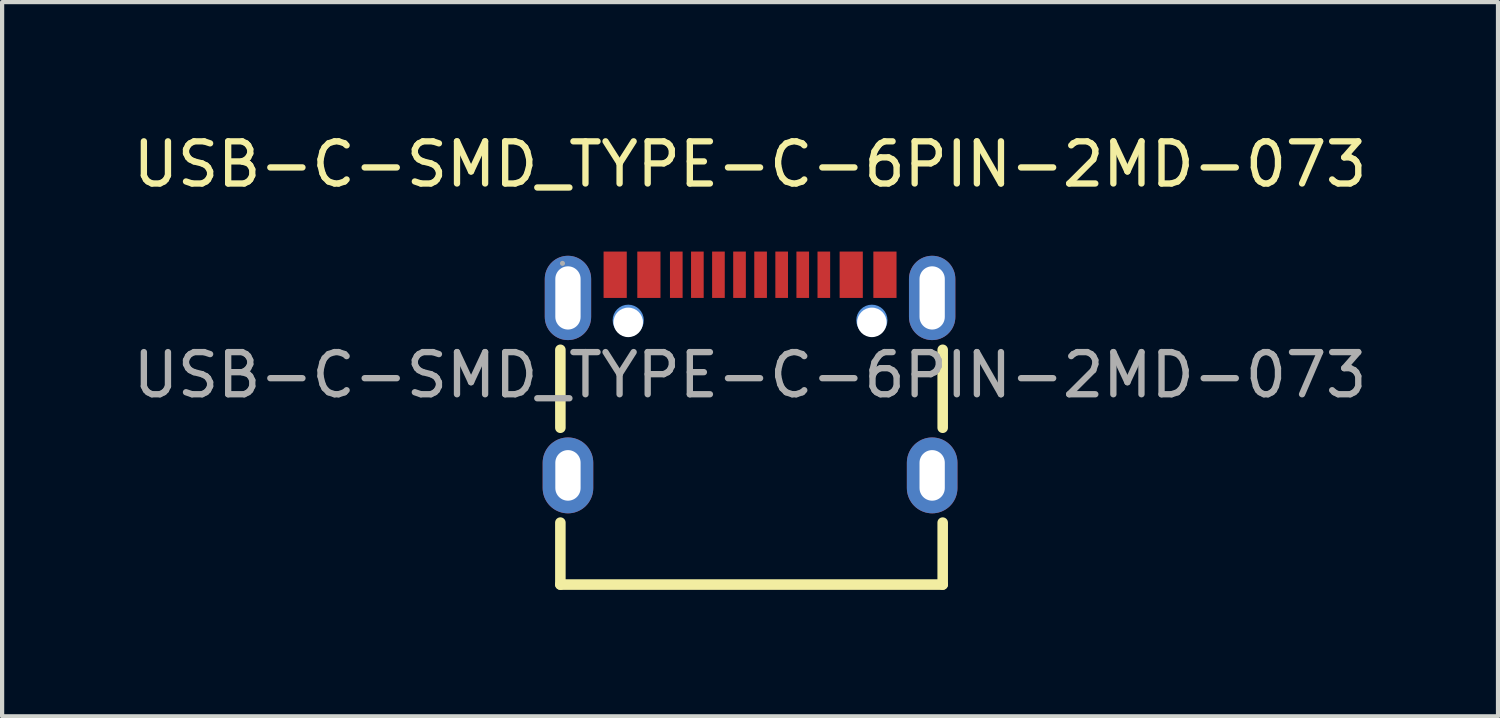
<source format=kicad_pcb>
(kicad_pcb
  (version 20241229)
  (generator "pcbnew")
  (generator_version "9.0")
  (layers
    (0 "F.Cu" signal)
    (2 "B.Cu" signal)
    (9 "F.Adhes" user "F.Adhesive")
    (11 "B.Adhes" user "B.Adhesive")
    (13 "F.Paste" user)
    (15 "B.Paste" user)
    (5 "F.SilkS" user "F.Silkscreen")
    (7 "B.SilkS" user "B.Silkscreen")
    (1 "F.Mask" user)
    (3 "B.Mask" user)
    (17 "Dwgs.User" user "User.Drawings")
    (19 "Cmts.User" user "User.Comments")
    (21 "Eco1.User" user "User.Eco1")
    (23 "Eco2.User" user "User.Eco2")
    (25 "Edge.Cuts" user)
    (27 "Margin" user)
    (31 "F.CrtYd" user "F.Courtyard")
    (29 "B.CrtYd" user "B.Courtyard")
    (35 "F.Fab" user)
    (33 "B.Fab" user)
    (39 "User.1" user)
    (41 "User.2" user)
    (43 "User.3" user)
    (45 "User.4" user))
  (footprint "USB-C-SMD_TYPE-C-6PIN-2MD-073"
    (layer "F.Cu")
    (at 14.744 5.848)
    (property "Reference" "USB-C-SMD_TYPE-C-6PIN-2MD-073" (at 0 -5 0) (layer "F.SilkS") (effects (font (size 1 1) (thickness 0.15))))
    (attr smd)
    (fp_line (start -4.5 1.25) (end -4.5 -0.6) (stroke (width 0.25) (type solid)) (layer "F.SilkS"))
    (fp_line (start -4.5 4.97) (end -4.5 3.5) (stroke (width 0.25) (type solid)) (layer "F.SilkS"))
    (fp_line (start 4.57 1.25) (end 4.57 -0.6) (stroke (width 0.25) (type solid)) (layer "F.SilkS"))
    (fp_line (start 4.57 4.97) (end -4.5 4.97) (stroke (width 0.25) (type solid)) (layer "F.SilkS"))
    (fp_line (start 4.57 4.97) (end 4.57 3.5) (stroke (width 0.25) (type solid)) (layer "F.SilkS"))
    (fp_circle (center -2.89 -1.3) (end -2.77 -1.3) (stroke (width 0.25) (type solid)) (fill no) (layer "Cmts.User"))
    (fp_circle (center 2.89 -1.3) (end 3.01 -1.3) (stroke (width 0.25) (type solid)) (fill no) (layer "Cmts.User"))
    (fp_circle (center -4.45 -2.65) (end -4.42 -2.65) (stroke (width 0.06) (type solid)) (fill no) (layer "F.Fab"))
    (fp_text user "${REFERENCE}" (at 0 0 0) (layer "F.Fab") (effects (font (size 1 1) (thickness 0.15))))
    (pad "" np_thru_hole circle (at -2.89 -1.25) (size 0.7 0.7) (drill 0.7) (layers "*.Cu" "*.Mask"))
    (pad "" np_thru_hole circle (at 2.89 -1.25) (size 0.7 0.7) (drill 0.7) (layers "*.Cu" "*.Mask"))
    (pad "1" smd rect (at -3.2 -2.38) (size 0.55 1.1) (layers "F.Cu" "F.Mask" "F.Paste"))
    (pad "2" smd rect (at -2.4 -2.38) (size 0.55 1.1) (layers "F.Cu" "F.Mask" "F.Paste"))
    (pad "3" smd rect (at -1.75 -2.38) (size 0.3 1.1) (layers "F.Cu" "F.Mask" "F.Paste"))
    (pad "4" smd rect (at -1.25 -2.38) (size 0.3 1.1) (layers "F.Cu" "F.Mask" "F.Paste"))
    (pad "5" smd rect (at -0.75 -2.38) (size 0.3 1.1) (layers "F.Cu" "F.Mask" "F.Paste"))
    (pad "6" smd rect (at -0.25 -2.38) (size 0.3 1.1) (layers "F.Cu" "F.Mask" "F.Paste"))
    (pad "7" smd rect (at 0.25 -2.38) (size 0.3 1.1) (layers "F.Cu" "F.Mask" "F.Paste"))
    (pad "8" smd rect (at 0.75 -2.38) (size 0.3 1.1) (layers "F.Cu" "F.Mask" "F.Paste"))
    (pad "9" smd rect (at 1.25 -2.38) (size 0.3 1.1) (layers "F.Cu" "F.Mask" "F.Paste"))
    (pad "10" smd rect (at 1.75 -2.38) (size 0.3 1.1) (layers "F.Cu" "F.Mask" "F.Paste"))
    (pad "11" smd rect (at 2.4 -2.38) (size 0.55 1.1) (layers "F.Cu" "F.Mask" "F.Paste"))
    (pad "12" smd rect (at 3.2 -2.38) (size 0.55 1.1) (layers "F.Cu" "F.Mask" "F.Paste"))
    (pad "13" thru_hole oval (at -4.32 -1.83) (size 1.1 2) (drill oval 0.6 1.5) (layers "*.Cu" "*.Mask"))
    (pad "13" thru_hole oval (at -4.32 2.38) (size 1.2 1.8) (drill oval 0.6 1.2) (layers "*.Cu" "*.Mask"))
    (pad "14" thru_hole oval (at 4.32 -1.83) (size 1.1 2) (drill oval 0.6 1.5) (layers "*.Cu" "*.Mask"))
    (pad "14" thru_hole oval (at 4.32 2.38) (size 1.2 1.8) (drill oval 0.6 1.2) (layers "*.Cu" "*.Mask")))
  (gr_rect
    (start -3 -3)
    (end 32.488 13.943)
    (stroke (width 0.1) (type default))
    (fill no)
    (layer "Edge.Cuts")))
</source>
